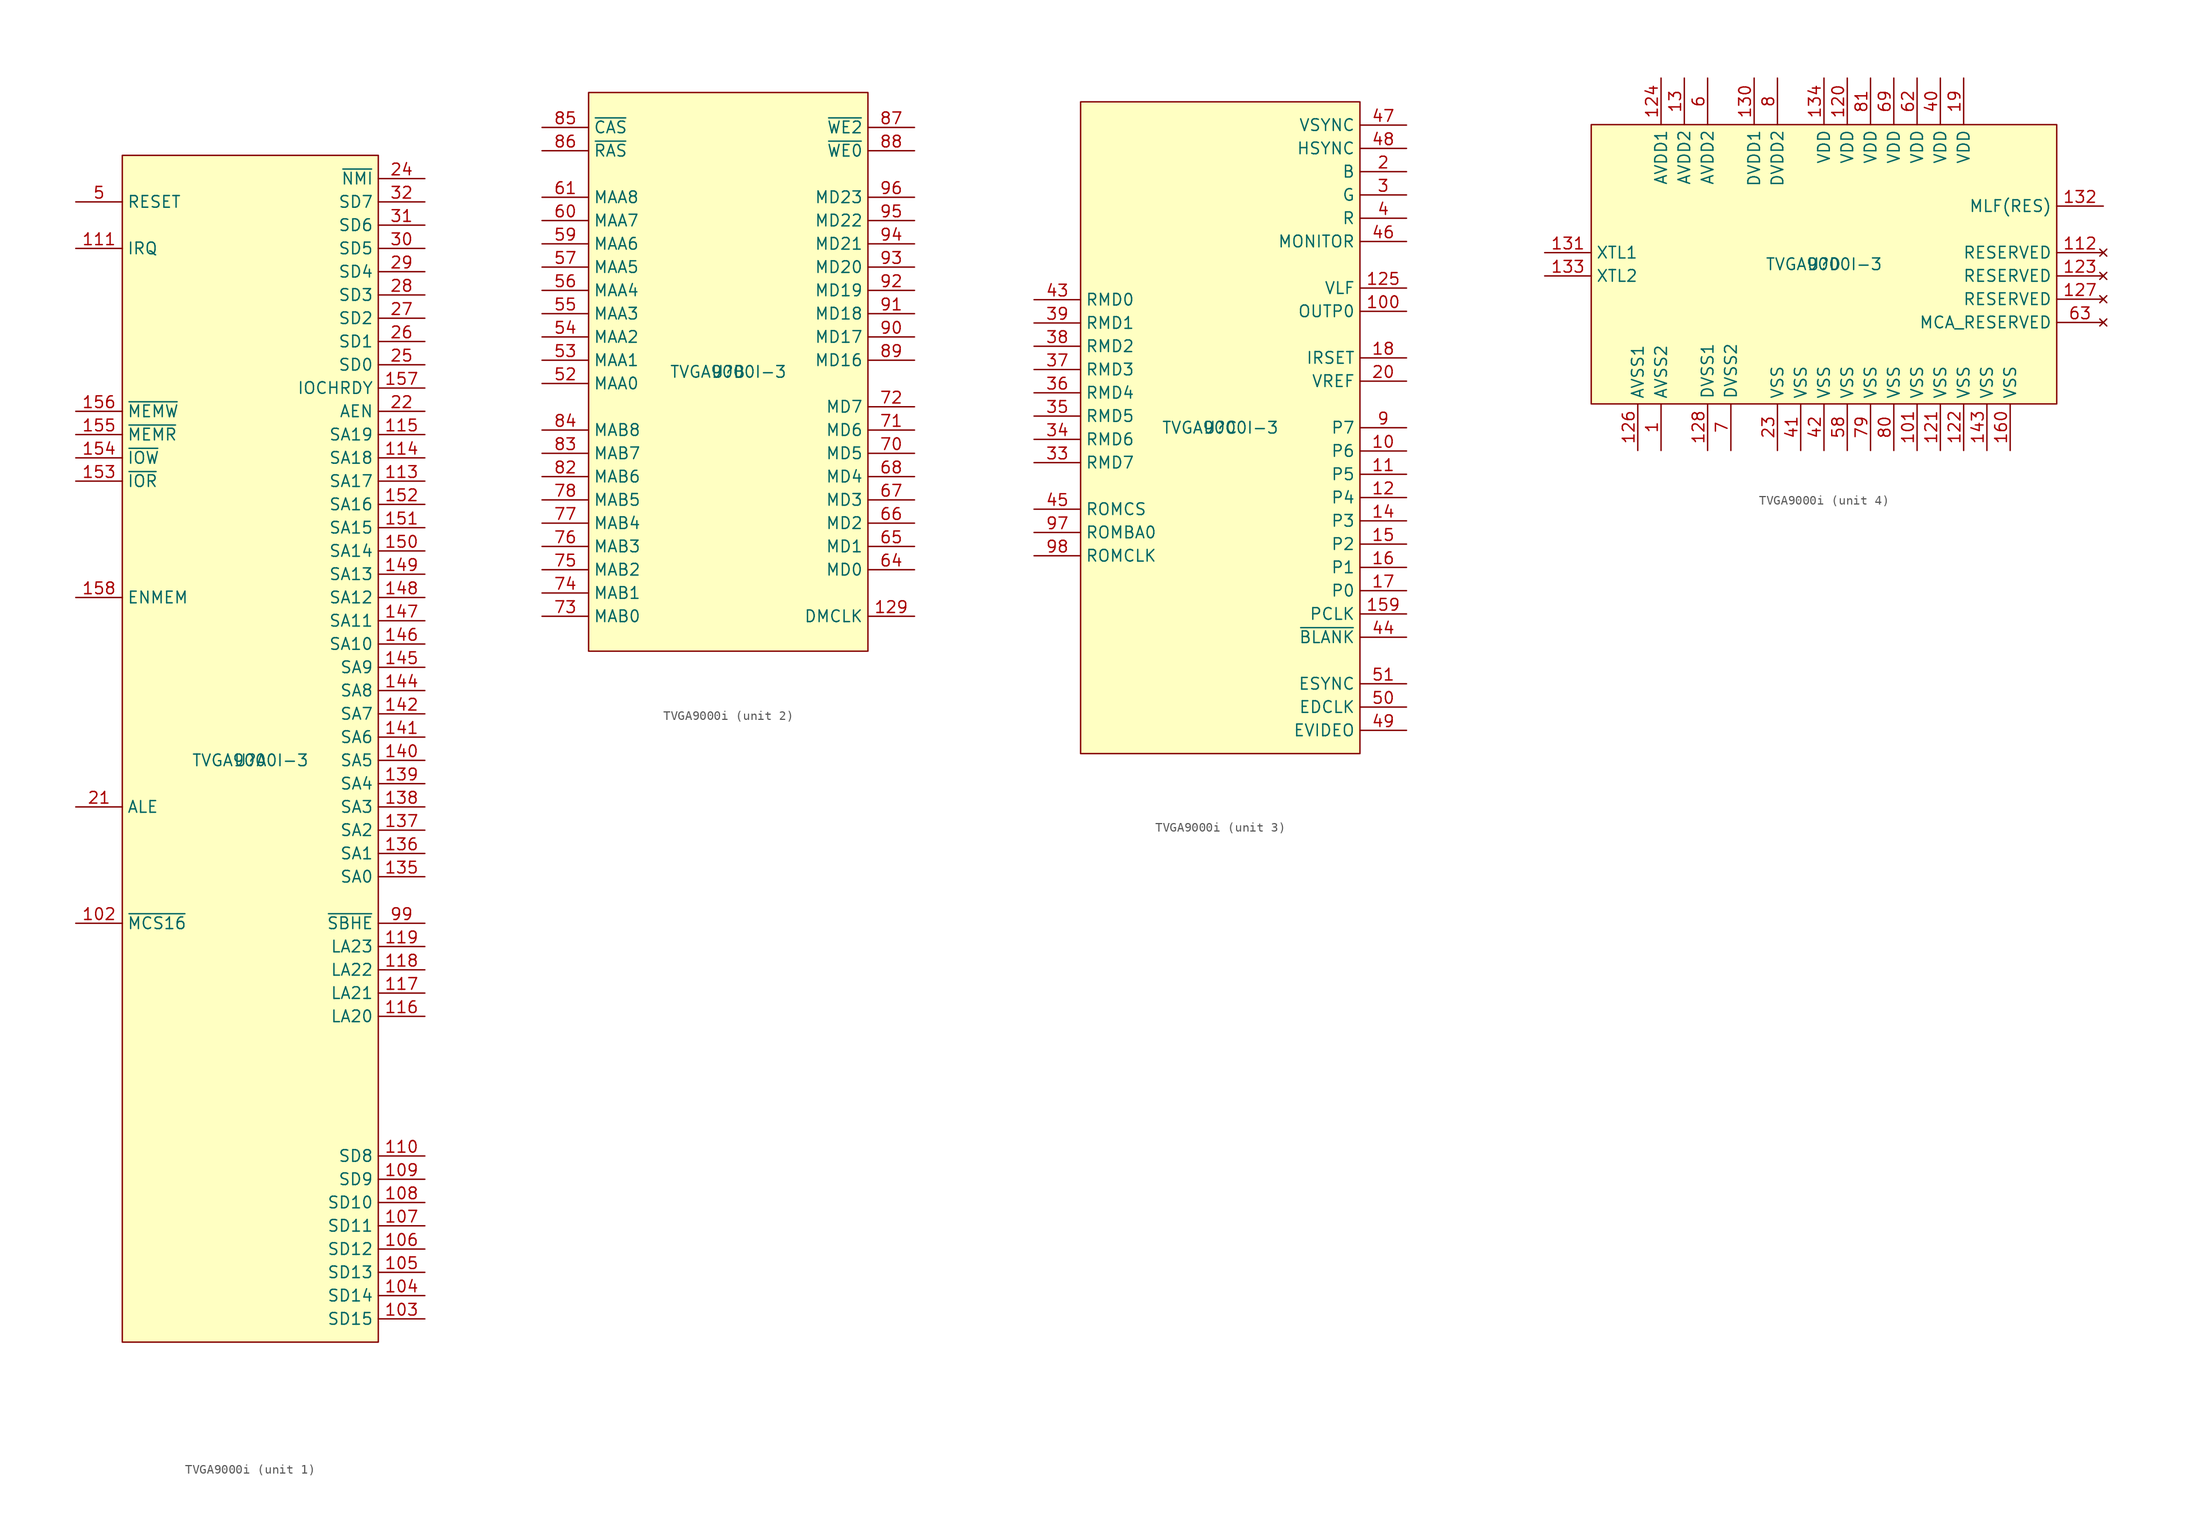
<source format=kicad_sym>
(kicad_symbol_lib
  (version 20231120)
  (generator "kicad_symbol_editor")
  (generator_version "8.0")
  (symbol "TVGA9000i"
    (property "Reference" "U"
      (at 0 0 0)
      (effects (font (size 1.27 1.27))))
    (property "Value" "TVGA9000I-3"
      (at 0 0 0)
      (effects (font (size 1.27 1.27))))
    (property "ki_locked" ""
      (at 0 0 0)
      (effects (font (size 1.27 1.27))))
    (symbol "TVGA9000i_1_0"
      (pin output line (at -19.05 -17.78 0) (length 5.08) (name "~{MCS16}" (effects (font (size 1.27 1.27)))) (number "102" (effects (font (size 1.27 1.27)))))
      (pin bidirectional line (at 19.05 -60.96 180) (length 5.08) (name "SD15" (effects (font (size 1.27 1.27)))) (number "103" (effects (font (size 1.27 1.27)))))
      (pin bidirectional line (at 19.05 -58.42 180) (length 5.08) (name "SD14" (effects (font (size 1.27 1.27)))) (number "104" (effects (font (size 1.27 1.27)))))
      (pin bidirectional line (at 19.05 -55.88 180) (length 5.08) (name "SD13" (effects (font (size 1.27 1.27)))) (number "105" (effects (font (size 1.27 1.27)))))
      (pin bidirectional line (at 19.05 -53.34 180) (length 5.08) (name "SD12" (effects (font (size 1.27 1.27)))) (number "106" (effects (font (size 1.27 1.27)))))
      (pin bidirectional line (at 19.05 -50.8 180) (length 5.08) (name "SD11" (effects (font (size 1.27 1.27)))) (number "107" (effects (font (size 1.27 1.27)))))
      (pin bidirectional line (at 19.05 -48.26 180) (length 5.08) (name "SD10" (effects (font (size 1.27 1.27)))) (number "108" (effects (font (size 1.27 1.27)))))
      (pin bidirectional line (at 19.05 -45.72 180) (length 5.08) (name "SD9" (effects (font (size 1.27 1.27)))) (number "109" (effects (font (size 1.27 1.27)))))
      (pin bidirectional line (at 19.05 -43.18 180) (length 5.08) (name "SD8" (effects (font (size 1.27 1.27)))) (number "110" (effects (font (size 1.27 1.27)))))
      (pin output line (at -19.05 55.88 0) (length 5.08) (name "IRQ" (effects (font (size 1.27 1.27)))) (number "111" (effects (font (size 1.27 1.27)))))
      (pin input line (at 19.05 30.48 180) (length 5.08) (name "SA17" (effects (font (size 1.27 1.27)))) (number "113" (effects (font (size 1.27 1.27)))))
      (pin input line (at 19.05 33.02 180) (length 5.08) (name "SA18" (effects (font (size 1.27 1.27)))) (number "114" (effects (font (size 1.27 1.27)))))
      (pin input line (at 19.05 35.56 180) (length 5.08) (name "SA19" (effects (font (size 1.27 1.27)))) (number "115" (effects (font (size 1.27 1.27)))))
      (pin input line (at 19.05 -27.94 180) (length 5.08) (name "LA20" (effects (font (size 1.27 1.27)))) (number "116" (effects (font (size 1.27 1.27)))))
      (pin input line (at 19.05 -25.4 180) (length 5.08) (name "LA21" (effects (font (size 1.27 1.27)))) (number "117" (effects (font (size 1.27 1.27)))))
      (pin input line (at 19.05 -22.86 180) (length 5.08) (name "LA22" (effects (font (size 1.27 1.27)))) (number "118" (effects (font (size 1.27 1.27)))))
      (pin input line (at 19.05 -20.32 180) (length 5.08) (name "LA23" (effects (font (size 1.27 1.27)))) (number "119" (effects (font (size 1.27 1.27)))))
      (pin bidirectional line (at 19.05 -12.7 180) (length 5.08) (name "SA0" (effects (font (size 1.27 1.27)))) (number "135" (effects (font (size 1.27 1.27)))))
      (pin bidirectional line (at 19.05 -10.16 180) (length 5.08) (name "SA1" (effects (font (size 1.27 1.27)))) (number "136" (effects (font (size 1.27 1.27)))))
      (pin bidirectional line (at 19.05 -7.62 180) (length 5.08) (name "SA2" (effects (font (size 1.27 1.27)))) (number "137" (effects (font (size 1.27 1.27)))))
      (pin bidirectional line (at 19.05 -5.08 180) (length 5.08) (name "SA3" (effects (font (size 1.27 1.27)))) (number "138" (effects (font (size 1.27 1.27)))))
      (pin bidirectional line (at 19.05 -2.54 180) (length 5.08) (name "SA4" (effects (font (size 1.27 1.27)))) (number "139" (effects (font (size 1.27 1.27)))))
      (pin bidirectional line (at 19.05 0 180) (length 5.08) (name "SA5" (effects (font (size 1.27 1.27)))) (number "140" (effects (font (size 1.27 1.27)))))
      (pin bidirectional line (at 19.05 2.54 180) (length 5.08) (name "SA6" (effects (font (size 1.27 1.27)))) (number "141" (effects (font (size 1.27 1.27)))))
      (pin bidirectional line (at 19.05 5.08 180) (length 5.08) (name "SA7" (effects (font (size 1.27 1.27)))) (number "142" (effects (font (size 1.27 1.27)))))
      (pin bidirectional line (at 19.05 7.62 180) (length 5.08) (name "SA8" (effects (font (size 1.27 1.27)))) (number "144" (effects (font (size 1.27 1.27)))))
      (pin bidirectional line (at 19.05 10.16 180) (length 5.08) (name "SA9" (effects (font (size 1.27 1.27)))) (number "145" (effects (font (size 1.27 1.27)))))
      (pin bidirectional line (at 19.05 12.7 180) (length 5.08) (name "SA10" (effects (font (size 1.27 1.27)))) (number "146" (effects (font (size 1.27 1.27)))))
      (pin bidirectional line (at 19.05 15.24 180) (length 5.08) (name "SA11" (effects (font (size 1.27 1.27)))) (number "147" (effects (font (size 1.27 1.27)))))
      (pin bidirectional line (at 19.05 17.78 180) (length 5.08) (name "SA12" (effects (font (size 1.27 1.27)))) (number "148" (effects (font (size 1.27 1.27)))))
      (pin bidirectional line (at 19.05 20.32 180) (length 5.08) (name "SA13" (effects (font (size 1.27 1.27)))) (number "149" (effects (font (size 1.27 1.27)))))
      (pin bidirectional line (at 19.05 22.86 180) (length 5.08) (name "SA14" (effects (font (size 1.27 1.27)))) (number "150" (effects (font (size 1.27 1.27)))))
      (pin bidirectional line (at 19.05 25.4 180) (length 5.08) (name "SA15" (effects (font (size 1.27 1.27)))) (number "151" (effects (font (size 1.27 1.27)))))
      (pin bidirectional line (at 19.05 27.94 180) (length 5.08) (name "SA16" (effects (font (size 1.27 1.27)))) (number "152" (effects (font (size 1.27 1.27)))))
      (pin input line (at -19.05 30.48 0) (length 5.08) (name "~{IOR}" (effects (font (size 1.27 1.27)))) (number "153" (effects (font (size 1.27 1.27)))))
      (pin input line (at -19.05 33.02 0) (length 5.08) (name "~{IOW}" (effects (font (size 1.27 1.27)))) (number "154" (effects (font (size 1.27 1.27)))))
      (pin input line (at -19.05 35.56 0) (length 5.08) (name "~{MEMR}" (effects (font (size 1.27 1.27)))) (number "155" (effects (font (size 1.27 1.27)))))
      (pin input line (at -19.05 38.1 0) (length 5.08) (name "~{MEMW}" (effects (font (size 1.27 1.27)))) (number "156" (effects (font (size 1.27 1.27)))))
      (pin output line (at 19.05 40.64 180) (length 5.08) (name "IOCHRDY" (effects (font (size 1.27 1.27)))) (number "157" (effects (font (size 1.27 1.27)))))
      (pin input line (at -19.05 17.78 0) (length 5.08) (name "ENMEM" (effects (font (size 1.27 1.27)))) (number "158" (effects (font (size 1.27 1.27)))))
      (pin input line (at -19.05 -5.08 0) (length 5.08) (name "ALE" (effects (font (size 1.27 1.27)))) (number "21" (effects (font (size 1.27 1.27)))))
      (pin input line (at 19.05 38.1 180) (length 5.08) (name "AEN" (effects (font (size 1.27 1.27)))) (number "22" (effects (font (size 1.27 1.27)))))
      (pin output line (at 19.05 63.5 180) (length 5.08) (name "~{NMI}" (effects (font (size 1.27 1.27)))) (number "24" (effects (font (size 1.27 1.27)))))
      (pin bidirectional line (at 19.05 43.18 180) (length 5.08) (name "SD0" (effects (font (size 1.27 1.27)))) (number "25" (effects (font (size 1.27 1.27)))))
      (pin bidirectional line (at 19.05 45.72 180) (length 5.08) (name "SD1" (effects (font (size 1.27 1.27)))) (number "26" (effects (font (size 1.27 1.27)))))
      (pin bidirectional line (at 19.05 48.26 180) (length 5.08) (name "SD2" (effects (font (size 1.27 1.27)))) (number "27" (effects (font (size 1.27 1.27)))))
      (pin bidirectional line (at 19.05 50.8 180) (length 5.08) (name "SD3" (effects (font (size 1.27 1.27)))) (number "28" (effects (font (size 1.27 1.27)))))
      (pin bidirectional line (at 19.05 53.34 180) (length 5.08) (name "SD4" (effects (font (size 1.27 1.27)))) (number "29" (effects (font (size 1.27 1.27)))))
      (pin bidirectional line (at 19.05 55.88 180) (length 5.08) (name "SD5" (effects (font (size 1.27 1.27)))) (number "30" (effects (font (size 1.27 1.27)))))
      (pin bidirectional line (at 19.05 58.42 180) (length 5.08) (name "SD6" (effects (font (size 1.27 1.27)))) (number "31" (effects (font (size 1.27 1.27)))))
      (pin bidirectional line (at 19.05 60.96 180) (length 5.08) (name "SD7" (effects (font (size 1.27 1.27)))) (number "32" (effects (font (size 1.27 1.27)))))
      (pin input line (at -19.05 60.96 0) (length 5.08) (name "RESET" (effects (font (size 1.27 1.27)))) (number "5" (effects (font (size 1.27 1.27)))))
      (pin input line (at 19.05 -17.78 180) (length 5.08) (name "~{SBHE}" (effects (font (size 1.27 1.27)))) (number "99" (effects (font (size 1.27 1.27))))))
    (symbol "TVGA9000i_1_1"
      (rectangle (start -13.97 66.04) (end 13.97 -63.5) (stroke (width 0) (type default)) (fill (type background))))
    (symbol "TVGA9000i_2_0"
      (pin bidirectional line (at 20.32 -26.67 180) (length 5.08) (name "DMCLK" (effects (font (size 1.27 1.27)))) (number "129" (effects (font (size 1.27 1.27)))))
      (pin output line (at -20.32 -1.27 0) (length 5.08) (name "MAA0" (effects (font (size 1.27 1.27)))) (number "52" (effects (font (size 1.27 1.27)))))
      (pin output line (at -20.32 1.27 0) (length 5.08) (name "MAA1" (effects (font (size 1.27 1.27)))) (number "53" (effects (font (size 1.27 1.27)))))
      (pin output line (at -20.32 3.81 0) (length 5.08) (name "MAA2" (effects (font (size 1.27 1.27)))) (number "54" (effects (font (size 1.27 1.27)))))
      (pin output line (at -20.32 6.35 0) (length 5.08) (name "MAA3" (effects (font (size 1.27 1.27)))) (number "55" (effects (font (size 1.27 1.27)))))
      (pin output line (at -20.32 8.89 0) (length 5.08) (name "MAA4" (effects (font (size 1.27 1.27)))) (number "56" (effects (font (size 1.27 1.27)))))
      (pin output line (at -20.32 11.43 0) (length 5.08) (name "MAA5" (effects (font (size 1.27 1.27)))) (number "57" (effects (font (size 1.27 1.27)))))
      (pin output line (at -20.32 13.97 0) (length 5.08) (name "MAA6" (effects (font (size 1.27 1.27)))) (number "59" (effects (font (size 1.27 1.27)))))
      (pin output line (at -20.32 16.51 0) (length 5.08) (name "MAA7" (effects (font (size 1.27 1.27)))) (number "60" (effects (font (size 1.27 1.27)))))
      (pin output line (at -20.32 19.05 0) (length 5.08) (name "MAA8" (effects (font (size 1.27 1.27)))) (number "61" (effects (font (size 1.27 1.27)))))
      (pin bidirectional line (at 20.32 -21.59 180) (length 5.08) (name "MD0" (effects (font (size 1.27 1.27)))) (number "64" (effects (font (size 1.27 1.27)))))
      (pin bidirectional line (at 20.32 -19.05 180) (length 5.08) (name "MD1" (effects (font (size 1.27 1.27)))) (number "65" (effects (font (size 1.27 1.27)))))
      (pin bidirectional line (at 20.32 -16.51 180) (length 5.08) (name "MD2" (effects (font (size 1.27 1.27)))) (number "66" (effects (font (size 1.27 1.27)))))
      (pin bidirectional line (at 20.32 -13.97 180) (length 5.08) (name "MD3" (effects (font (size 1.27 1.27)))) (number "67" (effects (font (size 1.27 1.27)))))
      (pin bidirectional line (at 20.32 -11.43 180) (length 5.08) (name "MD4" (effects (font (size 1.27 1.27)))) (number "68" (effects (font (size 1.27 1.27)))))
      (pin bidirectional line (at 20.32 -8.89 180) (length 5.08) (name "MD5" (effects (font (size 1.27 1.27)))) (number "70" (effects (font (size 1.27 1.27)))))
      (pin bidirectional line (at 20.32 -6.35 180) (length 5.08) (name "MD6" (effects (font (size 1.27 1.27)))) (number "71" (effects (font (size 1.27 1.27)))))
      (pin bidirectional line (at 20.32 -3.81 180) (length 5.08) (name "MD7" (effects (font (size 1.27 1.27)))) (number "72" (effects (font (size 1.27 1.27)))))
      (pin output line (at -20.32 -26.67 0) (length 5.08) (name "MAB0" (effects (font (size 1.27 1.27)))) (number "73" (effects (font (size 1.27 1.27)))))
      (pin output line (at -20.32 -24.13 0) (length 5.08) (name "MAB1" (effects (font (size 1.27 1.27)))) (number "74" (effects (font (size 1.27 1.27)))))
      (pin output line (at -20.32 -21.59 0) (length 5.08) (name "MAB2" (effects (font (size 1.27 1.27)))) (number "75" (effects (font (size 1.27 1.27)))))
      (pin output line (at -20.32 -19.05 0) (length 5.08) (name "MAB3" (effects (font (size 1.27 1.27)))) (number "76" (effects (font (size 1.27 1.27)))))
      (pin output line (at -20.32 -16.51 0) (length 5.08) (name "MAB4" (effects (font (size 1.27 1.27)))) (number "77" (effects (font (size 1.27 1.27)))))
      (pin output line (at -20.32 -13.97 0) (length 5.08) (name "MAB5" (effects (font (size 1.27 1.27)))) (number "78" (effects (font (size 1.27 1.27)))))
      (pin output line (at -20.32 -11.43 0) (length 5.08) (name "MAB6" (effects (font (size 1.27 1.27)))) (number "82" (effects (font (size 1.27 1.27)))))
      (pin output line (at -20.32 -8.89 0) (length 5.08) (name "MAB7" (effects (font (size 1.27 1.27)))) (number "83" (effects (font (size 1.27 1.27)))))
      (pin output line (at -20.32 -6.35 0) (length 5.08) (name "MAB8" (effects (font (size 1.27 1.27)))) (number "84" (effects (font (size 1.27 1.27)))))
      (pin output line (at -20.32 26.67 0) (length 5.08) (name "~{CAS}" (effects (font (size 1.27 1.27)))) (number "85" (effects (font (size 1.27 1.27)))))
      (pin output line (at -20.32 24.13 0) (length 5.08) (name "~{RAS}" (effects (font (size 1.27 1.27)))) (number "86" (effects (font (size 1.27 1.27)))))
      (pin output line (at 20.32 26.67 180) (length 5.08) (name "~{WE2}" (effects (font (size 1.27 1.27)))) (number "87" (effects (font (size 1.27 1.27)))))
      (pin output line (at 20.32 24.13 180) (length 5.08) (name "~{WE0}" (effects (font (size 1.27 1.27)))) (number "88" (effects (font (size 1.27 1.27)))))
      (pin bidirectional line (at 20.32 1.27 180) (length 5.08) (name "MD16" (effects (font (size 1.27 1.27)))) (number "89" (effects (font (size 1.27 1.27)))))
      (pin bidirectional line (at 20.32 3.81 180) (length 5.08) (name "MD17" (effects (font (size 1.27 1.27)))) (number "90" (effects (font (size 1.27 1.27)))))
      (pin bidirectional line (at 20.32 6.35 180) (length 5.08) (name "MD18" (effects (font (size 1.27 1.27)))) (number "91" (effects (font (size 1.27 1.27)))))
      (pin bidirectional line (at 20.32 8.89 180) (length 5.08) (name "MD19" (effects (font (size 1.27 1.27)))) (number "92" (effects (font (size 1.27 1.27)))))
      (pin bidirectional line (at 20.32 11.43 180) (length 5.08) (name "MD20" (effects (font (size 1.27 1.27)))) (number "93" (effects (font (size 1.27 1.27)))))
      (pin bidirectional line (at 20.32 13.97 180) (length 5.08) (name "MD21" (effects (font (size 1.27 1.27)))) (number "94" (effects (font (size 1.27 1.27)))))
      (pin bidirectional line (at 20.32 16.51 180) (length 5.08) (name "MD22" (effects (font (size 1.27 1.27)))) (number "95" (effects (font (size 1.27 1.27)))))
      (pin bidirectional line (at 20.32 19.05 180) (length 5.08) (name "MD23" (effects (font (size 1.27 1.27)))) (number "96" (effects (font (size 1.27 1.27))))))
    (symbol "TVGA9000i_2_1"
      (rectangle (start -15.24 30.48) (end 15.24 -30.48) (stroke (width 0) (type default)) (fill (type background))))
    (symbol "TVGA9000i_3_0"
      (pin bidirectional line (at 20.32 -2.54 180) (length 5.08) (name "P6" (effects (font (size 1.27 1.27)))) (number "10" (effects (font (size 1.27 1.27)))))
      (pin output line (at 20.32 12.7 180) (length 5.08) (name "OUTP0" (effects (font (size 1.27 1.27)))) (number "100" (effects (font (size 1.27 1.27)))))
      (pin bidirectional line (at 20.32 -5.08 180) (length 5.08) (name "P5" (effects (font (size 1.27 1.27)))) (number "11" (effects (font (size 1.27 1.27)))))
      (pin bidirectional line (at 20.32 -7.62 180) (length 5.08) (name "P4" (effects (font (size 1.27 1.27)))) (number "12" (effects (font (size 1.27 1.27)))))
      (pin output line (at 20.32 15.24 180) (length 5.08) (name "VLF" (effects (font (size 1.27 1.27)))) (number "125" (effects (font (size 1.27 1.27)))))
      (pin bidirectional line (at 20.32 -10.16 180) (length 5.08) (name "P3" (effects (font (size 1.27 1.27)))) (number "14" (effects (font (size 1.27 1.27)))))
      (pin bidirectional line (at 20.32 -12.7 180) (length 5.08) (name "P2" (effects (font (size 1.27 1.27)))) (number "15" (effects (font (size 1.27 1.27)))))
      (pin bidirectional line (at 20.32 -20.32 180) (length 5.08) (name "PCLK" (effects (font (size 1.27 1.27)))) (number "159" (effects (font (size 1.27 1.27)))))
      (pin bidirectional line (at 20.32 -15.24 180) (length 5.08) (name "P1" (effects (font (size 1.27 1.27)))) (number "16" (effects (font (size 1.27 1.27)))))
      (pin bidirectional line (at 20.32 -17.78 180) (length 5.08) (name "P0" (effects (font (size 1.27 1.27)))) (number "17" (effects (font (size 1.27 1.27)))))
      (pin input line (at 20.32 7.62 180) (length 5.08) (name "IRSET" (effects (font (size 1.27 1.27)))) (number "18" (effects (font (size 1.27 1.27)))))
      (pin output line (at 20.32 27.94 180) (length 5.08) (name "B" (effects (font (size 1.27 1.27)))) (number "2" (effects (font (size 1.27 1.27)))))
      (pin input line (at 20.32 5.08 180) (length 5.08) (name "VREF" (effects (font (size 1.27 1.27)))) (number "20" (effects (font (size 1.27 1.27)))))
      (pin output line (at 20.32 25.4 180) (length 5.08) (name "G" (effects (font (size 1.27 1.27)))) (number "3" (effects (font (size 1.27 1.27)))))
      (pin bidirectional line (at -20.32 -3.81 0) (length 5.08) (name "RMD7" (effects (font (size 1.27 1.27)))) (number "33" (effects (font (size 1.27 1.27)))))
      (pin bidirectional line (at -20.32 -1.27 0) (length 5.08) (name "RMD6" (effects (font (size 1.27 1.27)))) (number "34" (effects (font (size 1.27 1.27)))))
      (pin bidirectional line (at -20.32 1.27 0) (length 5.08) (name "RMD5" (effects (font (size 1.27 1.27)))) (number "35" (effects (font (size 1.27 1.27)))))
      (pin bidirectional line (at -20.32 3.81 0) (length 5.08) (name "RMD4" (effects (font (size 1.27 1.27)))) (number "36" (effects (font (size 1.27 1.27)))))
      (pin bidirectional line (at -20.32 6.35 0) (length 5.08) (name "RMD3" (effects (font (size 1.27 1.27)))) (number "37" (effects (font (size 1.27 1.27)))))
      (pin bidirectional line (at -20.32 8.89 0) (length 5.08) (name "RMD2" (effects (font (size 1.27 1.27)))) (number "38" (effects (font (size 1.27 1.27)))))
      (pin bidirectional line (at -20.32 11.43 0) (length 5.08) (name "RMD1" (effects (font (size 1.27 1.27)))) (number "39" (effects (font (size 1.27 1.27)))))
      (pin output line (at 20.32 22.86 180) (length 5.08) (name "R" (effects (font (size 1.27 1.27)))) (number "4" (effects (font (size 1.27 1.27)))))
      (pin bidirectional line (at -20.32 13.97 0) (length 5.08) (name "RMD0" (effects (font (size 1.27 1.27)))) (number "43" (effects (font (size 1.27 1.27)))))
      (pin bidirectional line (at 20.32 -22.86 180) (length 5.08) (name "~{BLANK}" (effects (font (size 1.27 1.27)))) (number "44" (effects (font (size 1.27 1.27)))))
      (pin output line (at -20.32 -8.89 0) (length 5.08) (name "ROMCS" (effects (font (size 1.27 1.27)))) (number "45" (effects (font (size 1.27 1.27)))))
      (pin input line (at 20.32 20.32 180) (length 5.08) (name "MONITOR" (effects (font (size 1.27 1.27)))) (number "46" (effects (font (size 1.27 1.27)))))
      (pin output line (at 20.32 33.02 180) (length 5.08) (name "VSYNC" (effects (font (size 1.27 1.27)))) (number "47" (effects (font (size 1.27 1.27)))))
      (pin output line (at 20.32 30.48 180) (length 5.08) (name "HSYNC" (effects (font (size 1.27 1.27)))) (number "48" (effects (font (size 1.27 1.27)))))
      (pin input line (at 20.32 -33.02 180) (length 5.08) (name "EVIDEO" (effects (font (size 1.27 1.27)))) (number "49" (effects (font (size 1.27 1.27)))))
      (pin input line (at 20.32 -30.48 180) (length 5.08) (name "EDCLK" (effects (font (size 1.27 1.27)))) (number "50" (effects (font (size 1.27 1.27)))))
      (pin input line (at 20.32 -27.94 180) (length 5.08) (name "ESYNC" (effects (font (size 1.27 1.27)))) (number "51" (effects (font (size 1.27 1.27)))))
      (pin bidirectional line (at 20.32 0 180) (length 5.08) (name "P7" (effects (font (size 1.27 1.27)))) (number "9" (effects (font (size 1.27 1.27)))))
      (pin output line (at -20.32 -11.43 0) (length 5.08) (name "ROMBA0" (effects (font (size 1.27 1.27)))) (number "97" (effects (font (size 1.27 1.27)))))
      (pin output line (at -20.32 -13.97 0) (length 5.08) (name "ROMCLK" (effects (font (size 1.27 1.27)))) (number "98" (effects (font (size 1.27 1.27))))))
    (symbol "TVGA9000i_3_1"
      (rectangle (start -15.24 35.56) (end 15.24 -35.56) (stroke (width 0) (type default)) (fill (type background))))
    (symbol "TVGA9000i_4_0"
      (pin power_in line (at -17.78 -20.32 90) (length 5.08) (name "AVSS2" (effects (font (size 1.27 1.27)))) (number "1" (effects (font (size 1.27 1.27)))))
      (pin power_in line (at 10.16 -20.32 90) (length 5.08) (name "VSS" (effects (font (size 1.27 1.27)))) (number "101" (effects (font (size 1.27 1.27)))))
      (pin no_connect line (at 30.48 1.27 180) (length 5.08) (name "RESERVED" (effects (font (size 1.27 1.27)))) (number "112" (effects (font (size 1.27 1.27)))))
      (pin power_in line (at 2.54 20.32 270) (length 5.08) (name "VDD" (effects (font (size 1.27 1.27)))) (number "120" (effects (font (size 1.27 1.27)))))
      (pin power_in line (at 12.7 -20.32 90) (length 5.08) (name "VSS" (effects (font (size 1.27 1.27)))) (number "121" (effects (font (size 1.27 1.27)))))
      (pin power_in line (at 15.24 -20.32 90) (length 5.08) (name "VSS" (effects (font (size 1.27 1.27)))) (number "122" (effects (font (size 1.27 1.27)))))
      (pin no_connect line (at 30.48 -1.27 180) (length 5.08) (name "RESERVED" (effects (font (size 1.27 1.27)))) (number "123" (effects (font (size 1.27 1.27)))))
      (pin power_in line (at -17.78 20.32 270) (length 5.08) (name "AVDD1" (effects (font (size 1.27 1.27)))) (number "124" (effects (font (size 1.27 1.27)))))
      (pin power_in line (at -20.32 -20.32 90) (length 5.08) (name "AVSS1" (effects (font (size 1.27 1.27)))) (number "126" (effects (font (size 1.27 1.27)))))
      (pin no_connect line (at 30.48 -3.81 180) (length 5.08) (name "RESERVED" (effects (font (size 1.27 1.27)))) (number "127" (effects (font (size 1.27 1.27)))))
      (pin power_in line (at -12.7 -20.32 90) (length 5.08) (name "DVSS1" (effects (font (size 1.27 1.27)))) (number "128" (effects (font (size 1.27 1.27)))))
      (pin power_in line (at -15.24 20.32 270) (length 5.08) (name "AVDD2" (effects (font (size 1.27 1.27)))) (number "13" (effects (font (size 1.27 1.27)))))
      (pin power_in line (at -7.62 20.32 270) (length 5.08) (name "DVDD1" (effects (font (size 1.27 1.27)))) (number "130" (effects (font (size 1.27 1.27)))))
      (pin output line (at -30.48 1.27 0) (length 5.08) (name "XTL1" (effects (font (size 1.27 1.27)))) (number "131" (effects (font (size 1.27 1.27)))))
      (pin output line (at 30.48 6.35 180) (length 5.08) (name "MLF(RES)" (effects (font (size 1.27 1.27)))) (number "132" (effects (font (size 1.27 1.27)))))
      (pin input line (at -30.48 -1.27 0) (length 5.08) (name "XTL2" (effects (font (size 1.27 1.27)))) (number "133" (effects (font (size 1.27 1.27)))))
      (pin power_in line (at 0 20.32 270) (length 5.08) (name "VDD" (effects (font (size 1.27 1.27)))) (number "134" (effects (font (size 1.27 1.27)))))
      (pin power_in line (at 17.78 -20.32 90) (length 5.08) (name "VSS" (effects (font (size 1.27 1.27)))) (number "143" (effects (font (size 1.27 1.27)))))
      (pin power_in line (at 20.32 -20.32 90) (length 5.08) (name "VSS" (effects (font (size 1.27 1.27)))) (number "160" (effects (font (size 1.27 1.27)))))
      (pin power_in line (at 15.24 20.32 270) (length 5.08) (name "VDD" (effects (font (size 1.27 1.27)))) (number "19" (effects (font (size 1.27 1.27)))))
      (pin power_in line (at -5.08 -20.32 90) (length 5.08) (name "VSS" (effects (font (size 1.27 1.27)))) (number "23" (effects (font (size 1.27 1.27)))))
      (pin power_in line (at 12.7 20.32 270) (length 5.08) (name "VDD" (effects (font (size 1.27 1.27)))) (number "40" (effects (font (size 1.27 1.27)))))
      (pin power_in line (at -2.54 -20.32 90) (length 5.08) (name "VSS" (effects (font (size 1.27 1.27)))) (number "41" (effects (font (size 1.27 1.27)))))
      (pin power_in line (at 0 -20.32 90) (length 5.08) (name "VSS" (effects (font (size 1.27 1.27)))) (number "42" (effects (font (size 1.27 1.27)))))
      (pin power_in line (at 2.54 -20.32 90) (length 5.08) (name "VSS" (effects (font (size 1.27 1.27)))) (number "58" (effects (font (size 1.27 1.27)))))
      (pin power_in line (at -12.7 20.32 270) (length 5.08) (name "AVDD2" (effects (font (size 1.27 1.27)))) (number "6" (effects (font (size 1.27 1.27)))))
      (pin power_in line (at 10.16 20.32 270) (length 5.08) (name "VDD" (effects (font (size 1.27 1.27)))) (number "62" (effects (font (size 1.27 1.27)))))
      (pin no_connect line (at 30.48 -6.35 180) (length 5.08) (name "MCA_RESERVED" (effects (font (size 1.27 1.27)))) (number "63" (effects (font (size 1.27 1.27)))))
      (pin power_in line (at 7.62 20.32 270) (length 5.08) (name "VDD" (effects (font (size 1.27 1.27)))) (number "69" (effects (font (size 1.27 1.27)))))
      (pin power_in line (at -10.16 -20.32 90) (length 5.08) (name "DVSS2" (effects (font (size 1.27 1.27)))) (number "7" (effects (font (size 1.27 1.27)))))
      (pin power_in line (at 5.08 -20.32 90) (length 5.08) (name "VSS" (effects (font (size 1.27 1.27)))) (number "79" (effects (font (size 1.27 1.27)))))
      (pin power_in line (at -5.08 20.32 270) (length 5.08) (name "DVDD2" (effects (font (size 1.27 1.27)))) (number "8" (effects (font (size 1.27 1.27)))))
      (pin power_in line (at 7.62 -20.32 90) (length 5.08) (name "VSS" (effects (font (size 1.27 1.27)))) (number "80" (effects (font (size 1.27 1.27)))))
      (pin power_in line (at 5.08 20.32 270) (length 5.08) (name "VDD" (effects (font (size 1.27 1.27)))) (number "81" (effects (font (size 1.27 1.27))))))
    (symbol "TVGA9000i_4_1"
      (rectangle (start -25.4 15.24) (end 25.4 -15.24) (stroke (width 0) (type default)) (fill (type background))))))
</source>
